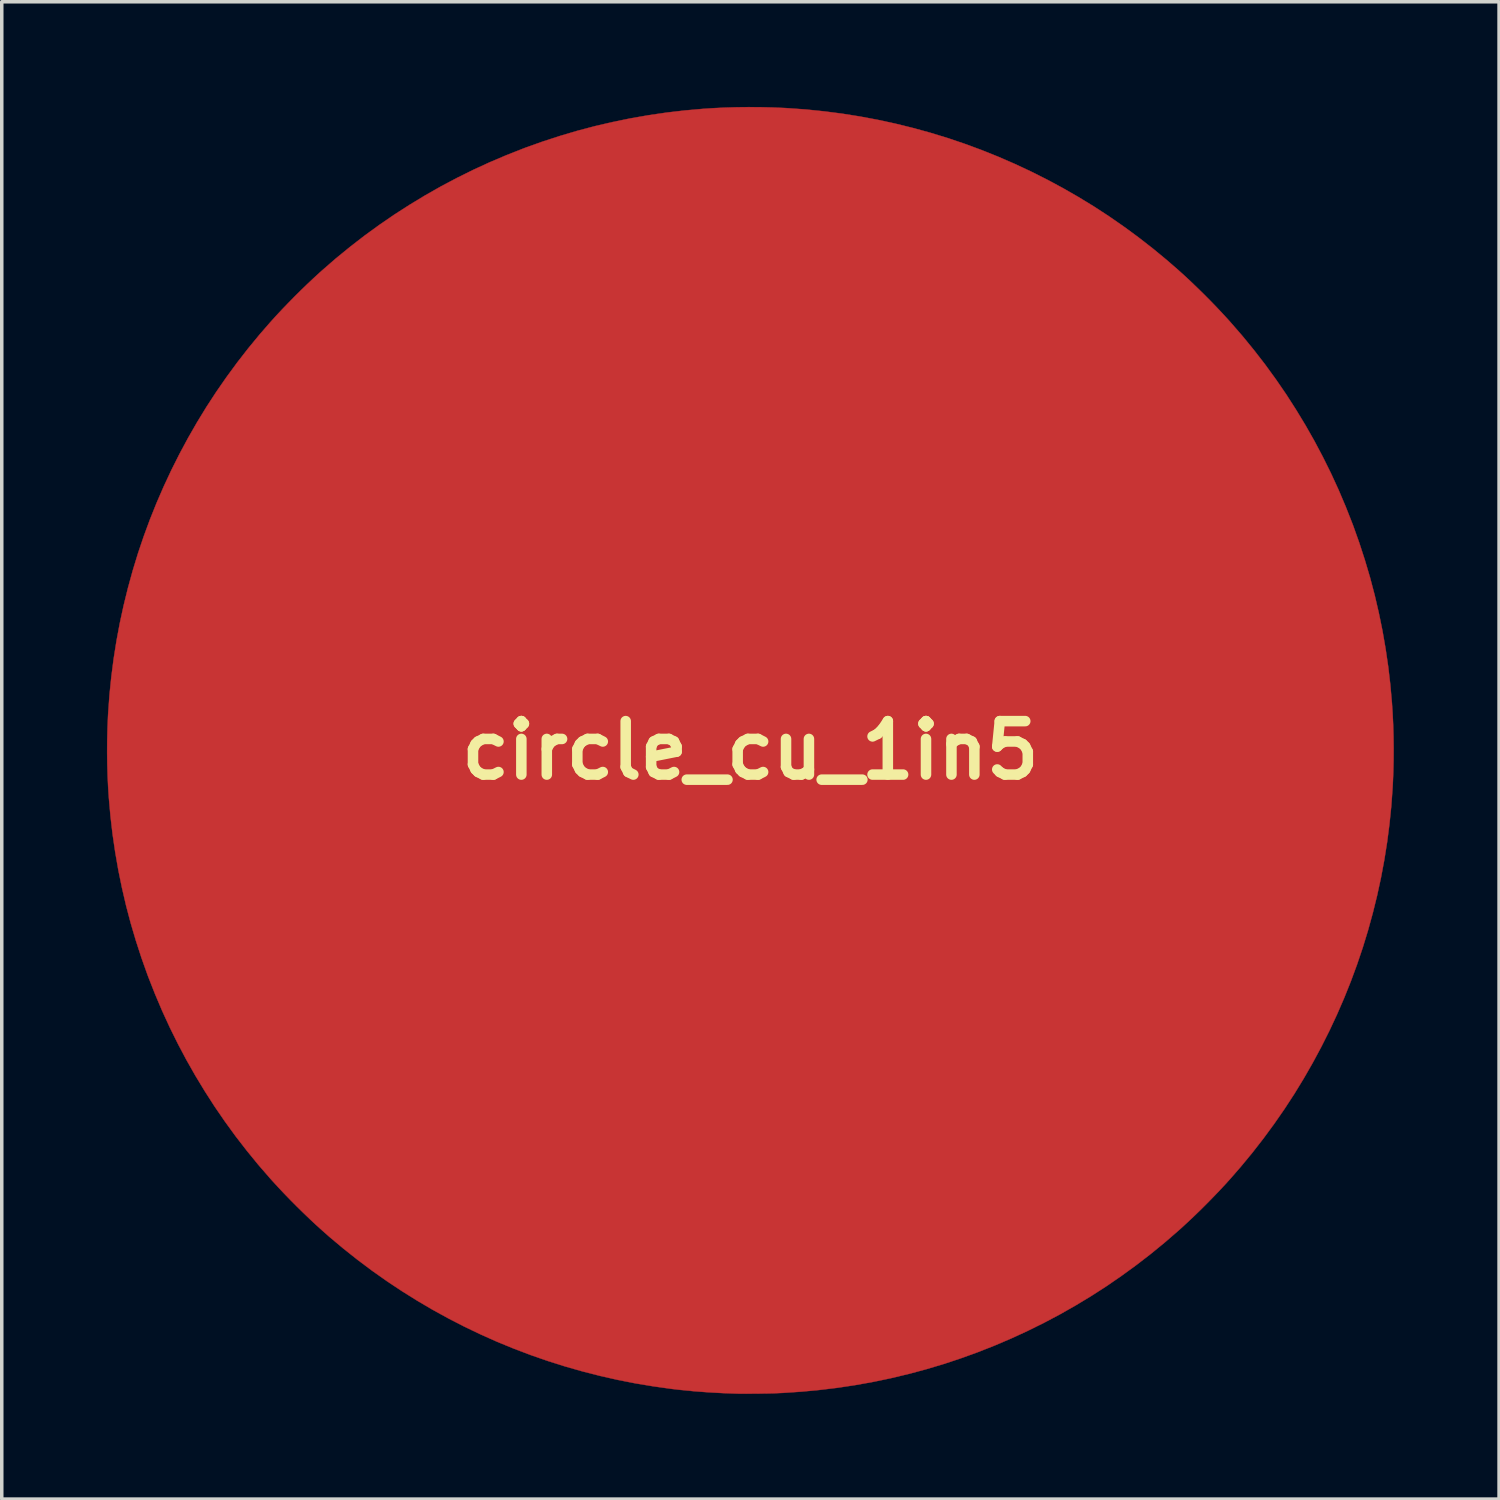
<source format=kicad_pcb>
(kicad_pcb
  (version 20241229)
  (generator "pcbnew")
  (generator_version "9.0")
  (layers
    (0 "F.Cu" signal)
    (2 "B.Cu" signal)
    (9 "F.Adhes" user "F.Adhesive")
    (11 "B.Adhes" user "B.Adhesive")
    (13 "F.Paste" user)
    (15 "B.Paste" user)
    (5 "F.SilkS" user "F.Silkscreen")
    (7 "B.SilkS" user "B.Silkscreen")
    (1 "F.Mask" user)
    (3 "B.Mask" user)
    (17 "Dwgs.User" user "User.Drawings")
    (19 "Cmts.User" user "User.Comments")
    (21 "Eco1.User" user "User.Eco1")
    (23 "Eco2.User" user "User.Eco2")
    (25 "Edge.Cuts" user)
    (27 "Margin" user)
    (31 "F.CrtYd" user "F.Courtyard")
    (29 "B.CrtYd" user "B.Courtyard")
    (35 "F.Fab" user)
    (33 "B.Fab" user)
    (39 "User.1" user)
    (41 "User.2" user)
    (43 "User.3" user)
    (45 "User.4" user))
  (footprint "circle_cu_1in5"
    (layer "F.Cu")
    (at 18.348 18.348)
    (property "Reference" "circle_cu_1in5" (at 0 0 0) (layer "F.SilkS") (effects (font (size 1.524 1.524) (thickness 0.3))))
    (attr through_hole)
    (fp_poly (pts (xy 0.288 -18.341) (xy 0.628 -18.333) (xy 0.961 -18.319) (xy 1.068 -18.313) (xy 1.586 -18.276) (xy 2.103 -18.223) (xy 2.616 -18.157) (xy 3.126 -18.076) (xy 3.633 -17.981) (xy 4.136 -17.872) (xy 4.635 -17.749) (xy 5.13 -17.613) (xy 5.62 -17.463) (xy 6.106 -17.299) (xy 6.586 -17.122) (xy 7.062 -16.931) (xy 7.532 -16.727) (xy 7.996 -16.51) (xy 8.454 -16.28) (xy 8.906 -16.037) (xy 9.351 -15.782) (xy 9.79 -15.514) (xy 10.221 -15.233) (xy 10.645 -14.939) (xy 11.062 -14.633) (xy 11.471 -14.315) (xy 11.871 -13.985) (xy 12.208 -13.692) (xy 12.383 -13.534) (xy 12.563 -13.366) (xy 12.746 -13.19) (xy 12.93 -13.01) (xy 13.113 -12.826) (xy 13.291 -12.642) (xy 13.462 -12.46) (xy 13.625 -12.283) (xy 13.692 -12.208) (xy 14.034 -11.814) (xy 14.363 -11.411) (xy 14.681 -11) (xy 14.986 -10.58) (xy 15.279 -10.153) (xy 15.559 -9.717) (xy 15.827 -9.275) (xy 16.083 -8.824) (xy 16.325 -8.367) (xy 16.555 -7.903) (xy 16.772 -7.431) (xy 16.975 -6.953) (xy 17.166 -6.468) (xy 17.19 -6.405) (xy 17.364 -5.916) (xy 17.524 -5.423) (xy 17.671 -4.926) (xy 17.803 -4.425) (xy 17.92 -3.921) (xy 18.024 -3.413) (xy 18.113 -2.902) (xy 18.188 -2.389) (xy 18.248 -1.873) (xy 18.294 -1.354) (xy 18.313 -1.068) (xy 18.329 -0.738) (xy 18.339 -0.4) (xy 18.343 -0.056) (xy 18.341 0.288) (xy 18.333 0.628) (xy 18.319 0.961) (xy 18.313 1.068) (xy 18.276 1.586) (xy 18.223 2.103) (xy 18.157 2.616) (xy 18.076 3.126) (xy 17.981 3.633) (xy 17.872 4.136) (xy 17.749 4.635) (xy 17.613 5.13) (xy 17.463 5.62) (xy 17.299 6.106) (xy 17.122 6.586) (xy 16.931 7.062) (xy 16.727 7.532) (xy 16.51 7.996) (xy 16.28 8.454) (xy 16.037 8.906) (xy 15.782 9.351) (xy 15.514 9.79) (xy 15.233 10.221) (xy 14.939 10.645) (xy 14.633 11.062) (xy 14.315 11.471) (xy 13.985 11.871) (xy 13.692 12.208) (xy 13.534 12.383) (xy 13.366 12.563) (xy 13.19 12.746) (xy 13.01 12.93) (xy 12.826 13.113) (xy 12.642 13.291) (xy 12.46 13.462) (xy 12.283 13.625) (xy 12.208 13.692) (xy 11.814 14.033) (xy 11.412 14.362) (xy 11.001 14.679) (xy 10.582 14.984) (xy 10.156 15.277) (xy 9.721 15.557) (xy 9.28 15.824) (xy 8.831 16.079) (xy 8.375 16.321) (xy 7.913 16.55) (xy 7.444 16.766) (xy 6.969 16.969) (xy 6.488 17.159) (xy 6.001 17.335) (xy 5.509 17.498) (xy 5.011 17.647) (xy 4.509 17.782) (xy 4.506 17.782) (xy 4.006 17.902) (xy 3.503 18.007) (xy 2.997 18.098) (xy 2.487 18.175) (xy 1.974 18.237) (xy 1.456 18.286) (xy 0.935 18.321) (xy 0.688 18.332) (xy 0.64 18.334) (xy 0.581 18.335) (xy 0.511 18.337) (xy 0.434 18.338) (xy 0.35 18.339) (xy 0.263 18.341) (xy 0.174 18.342) (xy 0.085 18.342) (xy -0.002 18.343) (xy -0.084 18.343) (xy -0.161 18.344) (xy -0.229 18.344) (xy -0.286 18.343) (xy -0.332 18.343) (xy -0.339 18.343) (xy -0.769 18.328) (xy -1.193 18.305) (xy -1.607 18.274) (xy -2.012 18.234) (xy -2.246 18.207) (xy -2.761 18.135) (xy -3.274 18.05) (xy -3.783 17.95) (xy -4.287 17.836) (xy -4.788 17.708) (xy -5.283 17.567) (xy -5.774 17.412) (xy -6.261 17.243) (xy -6.741 17.061) (xy -7.217 16.866) (xy -7.686 16.657) (xy -8.15 16.435) (xy -8.607 16.2) (xy -9.057 15.953) (xy -9.501 15.692) (xy -9.938 15.419) (xy -10.368 15.133) (xy -10.79 14.835) (xy -11.204 14.525) (xy -11.611 14.202) (xy -12.009 13.868) (xy -12.208 13.692) (xy -12.383 13.534) (xy -12.563 13.366) (xy -12.746 13.19) (xy -12.93 13.01) (xy -13.113 12.826) (xy -13.291 12.642) (xy -13.462 12.46) (xy -13.625 12.283) (xy -13.692 12.208) (xy -14.034 11.814) (xy -14.363 11.411) (xy -14.681 11) (xy -14.986 10.58) (xy -15.279 10.153) (xy -15.559 9.717) (xy -15.827 9.275) (xy -16.083 8.824) (xy -16.325 8.367) (xy -16.555 7.903) (xy -16.772 7.431) (xy -16.975 6.953) (xy -17.166 6.468) (xy -17.19 6.405) (xy -17.364 5.916) (xy -17.524 5.423) (xy -17.671 4.926) (xy -17.803 4.425) (xy -17.92 3.921) (xy -18.024 3.413) (xy -18.113 2.902) (xy -18.188 2.389) (xy -18.248 1.873) (xy -18.294 1.354) (xy -18.313 1.068) (xy -18.329 0.738) (xy -18.339 0.4) (xy -18.343 0.056) (xy -18.341 -0.288) (xy -18.333 -0.628) (xy -18.319 -0.961) (xy -18.313 -1.068) (xy -18.276 -1.586) (xy -18.223 -2.103) (xy -18.157 -2.616) (xy -18.076 -3.126) (xy -17.981 -3.633) (xy -17.872 -4.136) (xy -17.749 -4.635) (xy -17.613 -5.13) (xy -17.463 -5.62) (xy -17.299 -6.106) (xy -17.122 -6.586) (xy -16.931 -7.062) (xy -16.727 -7.532) (xy -16.51 -7.996) (xy -16.28 -8.454) (xy -16.037 -8.906) (xy -15.782 -9.351) (xy -15.514 -9.79) (xy -15.233 -10.221) (xy -14.939 -10.645) (xy -14.633 -11.062) (xy -14.315 -11.471) (xy -13.985 -11.871) (xy -13.692 -12.208) (xy -13.534 -12.383) (xy -13.366 -12.563) (xy -13.19 -12.746) (xy -13.01 -12.93) (xy -12.826 -13.113) (xy -12.642 -13.291) (xy -12.46 -13.462) (xy -12.283 -13.625) (xy -12.208 -13.692) (xy -11.814 -14.034) (xy -11.411 -14.363) (xy -11 -14.681) (xy -10.58 -14.986) (xy -10.153 -15.279) (xy -9.717 -15.559) (xy -9.275 -15.827) (xy -8.824 -16.083) (xy -8.367 -16.325) (xy -7.903 -16.555) (xy -7.431 -16.772) (xy -6.953 -16.975) (xy -6.468 -17.166) (xy -6.405 -17.19) (xy -5.916 -17.364) (xy -5.423 -17.524) (xy -4.926 -17.671) (xy -4.425 -17.803) (xy -3.921 -17.92) (xy -3.413 -18.024) (xy -2.902 -18.113) (xy -2.389 -18.188) (xy -1.873 -18.248) (xy -1.354 -18.294) (xy -1.068 -18.313) (xy -0.738 -18.329) (xy -0.4 -18.339) (xy -0.056 -18.343) (xy 0.288 -18.341)) (stroke (width 0.01) (type solid)) (fill yes) (layer "F.Cu")))
  (gr_rect
    (start -3 -3)
    (end 39.697 39.697)
    (stroke (width 0.1) (type default))
    (fill no)
    (layer "Edge.Cuts")))
</source>
